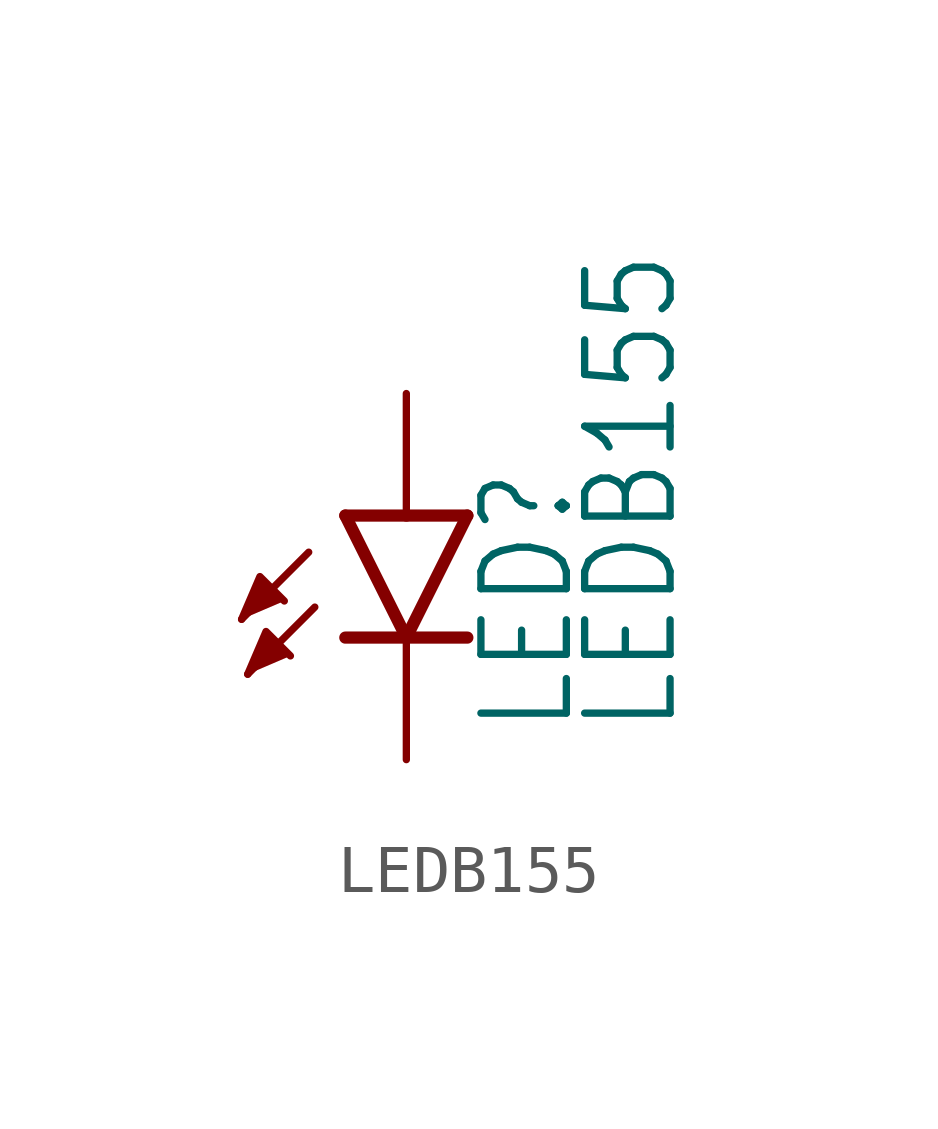
<source format=kicad_sym>
(kicad_symbol_lib
  (version 20200126)
  (host kicad_symbol_editor "(5.99.0-2281-g2f31bf278-dirty)")
  (symbol "LEDB155"
    (property "Reference" "LED"
      (at 3.556 -4.572 90)
      (effects (font (size 1.778 1.511)) (justify left bottom)))
    (property "Value" "LEDB155"
      (at 5.715 -4.572 90)
      (effects (font (size 1.778 1.511)) (justify left bottom)))
    (property "ki_locked" ""
      (at 0 0 0)
      (effects (font (size 1.27 1.27))))
    (symbol "LEDB155_1_0"
      (polyline (pts (xy 1.27 0) (xy 0 -2.54)) (stroke (width 0.254)) (fill (type none)))
      (polyline (pts (xy 0 -2.54) (xy -1.27 0)) (stroke (width 0.254)) (fill (type none)))
      (polyline (pts (xy 1.27 -2.54) (xy 0 -2.54)) (stroke (width 0.254)) (fill (type none)))
      (polyline (pts (xy 0 -2.54) (xy -1.27 -2.54)) (stroke (width 0.254)) (fill (type none)))
      (polyline (pts (xy 1.27 0) (xy 0 0)) (stroke (width 0.254)) (fill (type none)))
      (polyline (pts (xy 0 0) (xy -1.27 0)) (stroke (width 0.254)) (fill (type none)))
      (polyline (pts (xy -2.032 -0.762) (xy -3.429 -2.159)) (stroke (width 0.152)) (fill (type none)))
      (polyline (pts (xy -1.905 -1.905) (xy -3.302 -3.302)) (stroke (width 0.152)) (fill (type none)))
      (polyline (pts (xy -3.429 -2.159) (xy -3.048 -1.27) (xy -2.54 -1.778)) (stroke (width 0)) (fill (type outline)))
      (polyline (pts (xy -3.302 -3.302) (xy -2.921 -2.413) (xy -2.413 -2.921)) (stroke (width 0)) (fill (type outline)))
      (pin passive line (at 0 -5.08 90) (length 2.54) (name "C" (effects (font (size 0 0)))) (number "K" (effects (font (size 0 0)))))
      (pin passive line (at 0 2.54 270) (length 2.54) (name "A" (effects (font (size 0 0)))) (number "A" (effects (font (size 0 0))))))))
</source>
